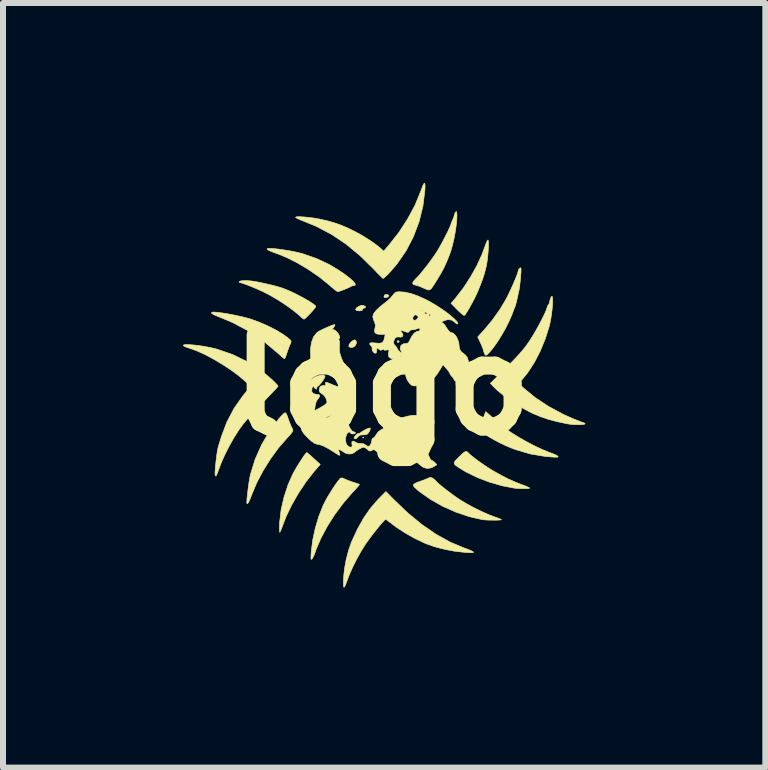
<source format=kicad_pcb>
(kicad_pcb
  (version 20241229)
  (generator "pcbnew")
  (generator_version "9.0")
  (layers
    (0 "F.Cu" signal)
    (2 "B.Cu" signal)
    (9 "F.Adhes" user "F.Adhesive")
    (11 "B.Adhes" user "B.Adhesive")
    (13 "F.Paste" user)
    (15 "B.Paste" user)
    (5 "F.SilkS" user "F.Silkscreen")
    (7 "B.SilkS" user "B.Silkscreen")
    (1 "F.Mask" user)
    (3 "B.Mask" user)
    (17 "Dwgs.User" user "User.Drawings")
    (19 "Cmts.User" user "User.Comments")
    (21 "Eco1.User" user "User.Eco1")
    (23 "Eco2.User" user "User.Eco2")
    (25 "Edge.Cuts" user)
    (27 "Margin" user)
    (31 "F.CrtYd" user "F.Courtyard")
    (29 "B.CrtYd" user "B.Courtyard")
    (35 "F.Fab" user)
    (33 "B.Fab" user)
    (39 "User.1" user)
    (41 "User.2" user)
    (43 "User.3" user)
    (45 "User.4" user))
  (footprint "logo"
    (layer "F.Cu")
    (at 3.316 3.371)
    (property "Reference" "logo" (at 0 0 0) (layer "F.SilkS") (effects (font (size 1.524 1.524) (thickness 0.3))))
    (attr through_hole)
    (fp_poly (pts (xy -0.305 0.872) (xy -0.313 0.881) (xy -0.322 0.872) (xy -0.313 0.864) (xy -0.305 0.872)) (stroke (width 0.01) (type solid)) (fill yes) (layer "F.SilkS"))
    (fp_poly (pts (xy 0.287 -0.732) (xy 0.288 -0.728) (xy 0.275 -0.712) (xy 0.271 -0.711) (xy 0.254 -0.724) (xy 0.254 -0.728) (xy 0.267 -0.745) (xy 0.271 -0.745) (xy 0.287 -0.732)) (stroke (width 0.01) (type solid)) (fill yes) (layer "F.SilkS"))
    (fp_poly (pts (xy 0.103 -1.506) (xy 0.118 -1.49) (xy 0.103 -1.474) (xy 0.102 -1.473) (xy 0.064 -1.458) (xy 0.039 -1.464) (xy 0.034 -1.48) (xy 0.047 -1.506) (xy 0.078 -1.514) (xy 0.103 -1.506)) (stroke (width 0.01) (type solid)) (fill yes) (layer "F.SilkS"))
    (fp_poly (pts (xy -0.447 -0.755) (xy -0.427 -0.732) (xy -0.426 -0.695) (xy -0.446 -0.658) (xy -0.45 -0.653) (xy -0.486 -0.631) (xy -0.524 -0.629) (xy -0.55 -0.646) (xy -0.552 -0.65) (xy -0.547 -0.677) (xy -0.523 -0.711) (xy -0.49 -0.74) (xy -0.458 -0.756) (xy -0.447 -0.755)) (stroke (width 0.01) (type solid)) (fill yes) (layer "F.SilkS"))
    (fp_poly (pts (xy -0.281 -1.316) (xy -0.271 -1.299) (xy -0.286 -1.288) (xy -0.296 -1.287) (xy -0.319 -1.274) (xy -0.322 -1.262) (xy -0.334 -1.244) (xy -0.373 -1.239) (xy -0.381 -1.239) (xy -0.42 -1.245) (xy -0.439 -1.258) (xy -0.44 -1.26) (xy -0.424 -1.289) (xy -0.388 -1.314) (xy -0.345 -1.33) (xy -0.312 -1.331) (xy -0.281 -1.316)) (stroke (width 0.01) (type solid)) (fill yes) (layer "F.SilkS"))
    (fp_poly (pts (xy -0.194 0.715) (xy -0.194 0.735) (xy -0.21 0.771) (xy -0.214 0.778) (xy -0.24 0.812) (xy -0.271 0.826) (xy -0.309 0.827) (xy -0.36 0.831) (xy -0.392 0.852) (xy -0.4 0.861) (xy -0.431 0.893) (xy -0.456 0.893) (xy -0.464 0.883) (xy -0.459 0.863) (xy -0.435 0.833) (xy -0.431 0.829) (xy -0.404 0.807) (xy -0.39 0.802) (xy -0.389 0.804) (xy -0.379 0.806) (xy -0.36 0.793) (xy -0.321 0.766) (xy -0.274 0.74) (xy -0.231 0.721) (xy -0.201 0.713) (xy -0.194 0.715)) (stroke (width 0.01) (type solid)) (fill yes) (layer "F.SilkS"))
    (fp_poly (pts (xy -1.251 1.122) (xy -1.235 1.135) (xy -1.2 1.164) (xy -1.153 1.206) (xy -1.135 1.223) (xy -1.028 1.32) (xy -1.134 1.443) (xy -1.266 1.612) (xy -1.39 1.798) (xy -1.501 1.991) (xy -1.594 2.182) (xy -1.648 2.321) (xy -1.67 2.381) (xy -1.689 2.427) (xy -1.701 2.451) (xy -1.702 2.452) (xy -1.706 2.441) (xy -1.708 2.403) (xy -1.708 2.344) (xy -1.705 2.286) (xy -1.681 2.081) (xy -1.633 1.869) (xy -1.565 1.661) (xy -1.486 1.482) (xy -1.454 1.424) (xy -1.416 1.358) (xy -1.374 1.29) (xy -1.332 1.226) (xy -1.296 1.173) (xy -1.268 1.136) (xy -1.252 1.122) (xy -1.251 1.122)) (stroke (width 0.01) (type solid)) (fill yes) (layer "F.SilkS"))
    (fp_poly (pts (xy 1.774 -2.406) (xy 1.777 -2.364) (xy 1.776 -2.302) (xy 1.771 -2.229) (xy 1.764 -2.149) (xy 1.755 -2.072) (xy 1.744 -2.003) (xy 1.735 -1.964) (xy 1.709 -1.864) (xy 1.679 -1.77) (xy 1.641 -1.669) (xy 1.603 -1.575) (xy 1.576 -1.514) (xy 1.541 -1.442) (xy 1.501 -1.367) (xy 1.461 -1.295) (xy 1.424 -1.232) (xy 1.394 -1.185) (xy 1.375 -1.162) (xy 1.374 -1.162) (xy 1.357 -1.169) (xy 1.323 -1.196) (xy 1.278 -1.237) (xy 1.257 -1.258) (xy 1.153 -1.363) (xy 1.238 -1.465) (xy 1.363 -1.628) (xy 1.48 -1.809) (xy 1.585 -1.997) (xy 1.67 -2.184) (xy 1.722 -2.326) (xy 1.741 -2.377) (xy 1.758 -2.411) (xy 1.768 -2.421) (xy 1.774 -2.406)) (stroke (width 0.01) (type solid)) (fill yes) (layer "F.SilkS"))
    (fp_poly (pts (xy -2.737 -1.215) (xy -2.652 -1.203) (xy -2.552 -1.187) (xy -2.446 -1.166) (xy -2.343 -1.144) (xy -2.251 -1.121) (xy -2.191 -1.104) (xy -2.038 -1.048) (xy -1.888 -0.982) (xy -1.749 -0.91) (xy -1.63 -0.836) (xy -1.56 -0.783) (xy -1.525 -0.752) (xy -1.513 -0.73) (xy -1.519 -0.704) (xy -1.528 -0.685) (xy -1.547 -0.641) (xy -1.569 -0.58) (xy -1.583 -0.538) (xy -1.601 -0.486) (xy -1.616 -0.451) (xy -1.624 -0.441) (xy -1.64 -0.452) (xy -1.675 -0.481) (xy -1.721 -0.522) (xy -1.736 -0.535) (xy -1.973 -0.734) (xy -2.223 -0.903) (xy -2.49 -1.045) (xy -2.722 -1.142) (xy -2.792 -1.171) (xy -2.833 -1.194) (xy -2.842 -1.21) (xy -2.82 -1.218) (xy -2.798 -1.219) (xy -2.737 -1.215)) (stroke (width 0.01) (type solid)) (fill yes) (layer "F.SilkS"))
    (fp_poly (pts (xy -1.597 0.472) (xy -1.579 0.508) (xy -1.575 0.521) (xy -1.548 0.598) (xy -1.517 0.675) (xy -1.488 0.734) (xy -1.483 0.753) (xy -1.492 0.776) (xy -1.517 0.81) (xy -1.562 0.86) (xy -1.579 0.878) (xy -1.72 1.04) (xy -1.855 1.225) (xy -1.979 1.423) (xy -2.086 1.625) (xy -2.169 1.822) (xy -2.177 1.843) (xy -2.203 1.911) (xy -2.226 1.957) (xy -2.242 1.977) (xy -2.251 1.969) (xy -2.252 1.955) (xy -2.249 1.894) (xy -2.24 1.81) (xy -2.229 1.716) (xy -2.216 1.622) (xy -2.202 1.54) (xy -2.192 1.49) (xy -2.114 1.237) (xy -2.005 0.991) (xy -1.868 0.759) (xy -1.719 0.56) (xy -1.676 0.512) (xy -1.64 0.476) (xy -1.617 0.459) (xy -1.614 0.458) (xy -1.597 0.472)) (stroke (width 0.01) (type solid)) (fill yes) (layer "F.SilkS"))
    (fp_poly (pts (xy 1.425 1.112) (xy 1.441 1.128) (xy 1.475 1.161) (xy 1.531 1.206) (xy 1.602 1.26) (xy 1.682 1.316) (xy 1.764 1.371) (xy 1.841 1.42) (xy 1.863 1.432) (xy 1.993 1.505) (xy 2.107 1.563) (xy 2.217 1.612) (xy 2.335 1.659) (xy 2.362 1.668) (xy 2.413 1.688) (xy 2.451 1.706) (xy 2.463 1.713) (xy 2.456 1.719) (xy 2.423 1.723) (xy 2.372 1.724) (xy 2.312 1.723) (xy 2.251 1.72) (xy 2.21 1.716) (xy 2.006 1.677) (xy 1.796 1.617) (xy 1.592 1.539) (xy 1.406 1.448) (xy 1.358 1.42) (xy 1.282 1.373) (xy 1.233 1.34) (xy 1.208 1.314) (xy 1.205 1.289) (xy 1.223 1.26) (xy 1.26 1.221) (xy 1.282 1.199) (xy 1.337 1.145) (xy 1.375 1.114) (xy 1.403 1.104) (xy 1.425 1.112)) (stroke (width 0.01) (type solid)) (fill yes) (layer "F.SilkS"))
    (fp_poly (pts (xy 1.832 0.529) (xy 1.887 0.577) (xy 1.939 0.623) (xy 1.976 0.656) (xy 1.979 0.658) (xy 2.059 0.723) (xy 2.163 0.795) (xy 2.285 0.87) (xy 2.415 0.944) (xy 2.547 1.013) (xy 2.673 1.072) (xy 2.785 1.118) (xy 2.811 1.127) (xy 2.866 1.148) (xy 2.911 1.169) (xy 2.929 1.18) (xy 2.938 1.191) (xy 2.931 1.198) (xy 2.905 1.2) (xy 2.857 1.198) (xy 2.781 1.192) (xy 2.709 1.185) (xy 2.475 1.146) (xy 2.231 1.074) (xy 2.151 1.044) (xy 2.062 1.007) (xy 1.97 0.963) (xy 1.879 0.915) (xy 1.795 0.867) (xy 1.722 0.822) (xy 1.667 0.782) (xy 1.633 0.751) (xy 1.626 0.735) (xy 1.631 0.711) (xy 1.647 0.663) (xy 1.669 0.602) (xy 1.678 0.577) (xy 1.73 0.44) (xy 1.832 0.529)) (stroke (width 0.01) (type solid)) (fill yes) (layer "F.SilkS"))
    (fp_poly (pts (xy -0.651 1.547) (xy -0.639 1.554) (xy -0.613 1.567) (xy -0.565 1.587) (xy -0.505 1.608) (xy -0.5 1.61) (xy -0.441 1.629) (xy -0.397 1.644) (xy -0.375 1.653) (xy -0.375 1.653) (xy -0.383 1.667) (xy -0.41 1.7) (xy -0.452 1.747) (xy -0.5 1.798) (xy -0.649 1.972) (xy -0.788 2.159) (xy -0.911 2.353) (xy -1.015 2.547) (xy -1.095 2.733) (xy -1.11 2.777) (xy -1.131 2.833) (xy -1.153 2.878) (xy -1.165 2.896) (xy -1.176 2.904) (xy -1.182 2.895) (xy -1.183 2.865) (xy -1.18 2.809) (xy -1.177 2.769) (xy -1.153 2.578) (xy -1.11 2.381) (xy -1.053 2.189) (xy -0.983 2.013) (xy -0.944 1.933) (xy -0.904 1.86) (xy -0.857 1.784) (xy -0.81 1.709) (xy -0.764 1.642) (xy -0.725 1.589) (xy -0.696 1.555) (xy -0.686 1.547) (xy -0.651 1.547)) (stroke (width 0.01) (type solid)) (fill yes) (layer "F.SilkS"))
    (fp_poly (pts (xy 0.841 1.546) (xy 0.879 1.575) (xy 0.922 1.619) (xy 0.96 1.654) (xy 1.018 1.702) (xy 1.091 1.759) (xy 1.169 1.817) (xy 1.247 1.873) (xy 1.302 1.91) (xy 1.408 1.974) (xy 1.531 2.041) (xy 1.66 2.104) (xy 1.783 2.159) (xy 1.884 2.197) (xy 1.938 2.216) (xy 1.978 2.233) (xy 1.993 2.241) (xy 1.982 2.245) (xy 1.946 2.248) (xy 1.893 2.25) (xy 1.831 2.249) (xy 1.768 2.248) (xy 1.712 2.245) (xy 1.676 2.241) (xy 1.455 2.191) (xy 1.231 2.115) (xy 1.011 2.017) (xy 0.805 1.9) (xy 0.62 1.769) (xy 0.579 1.734) (xy 0.539 1.697) (xy 0.523 1.67) (xy 0.533 1.649) (xy 0.57 1.627) (xy 0.638 1.602) (xy 0.643 1.6) (xy 0.703 1.579) (xy 0.755 1.557) (xy 0.778 1.547) (xy 0.809 1.537) (xy 0.841 1.546)) (stroke (width 0.01) (type solid)) (fill yes) (layer "F.SilkS"))
    (fp_poly (pts (xy -1.791 -2.276) (xy -1.712 -2.267) (xy -1.623 -2.254) (xy -1.53 -2.239) (xy -1.44 -2.221) (xy -1.359 -2.202) (xy -1.312 -2.189) (xy -1.084 -2.109) (xy -0.878 -2.012) (xy -0.72 -1.917) (xy -0.618 -1.847) (xy -0.538 -1.786) (xy -0.481 -1.735) (xy -0.449 -1.696) (xy -0.443 -1.67) (xy -0.465 -1.66) (xy -0.471 -1.659) (xy -0.503 -1.654) (xy -0.513 -1.649) (xy -0.535 -1.636) (xy -0.578 -1.616) (xy -0.631 -1.594) (xy -0.683 -1.575) (xy -0.722 -1.562) (xy -0.737 -1.559) (xy -0.756 -1.57) (xy -0.794 -1.599) (xy -0.845 -1.641) (xy -0.888 -1.679) (xy -1.043 -1.804) (xy -1.216 -1.923) (xy -1.397 -2.032) (xy -1.576 -2.123) (xy -1.71 -2.179) (xy -1.794 -2.21) (xy -1.852 -2.232) (xy -1.887 -2.248) (xy -1.906 -2.258) (xy -1.913 -2.267) (xy -1.913 -2.272) (xy -1.898 -2.279) (xy -1.855 -2.28) (xy -1.791 -2.276)) (stroke (width 0.01) (type solid)) (fill yes) (layer "F.SilkS"))
    (fp_poly (pts (xy -2.243 -1.743) (xy -2.171 -1.737) (xy -2.099 -1.726) (xy -2.097 -1.726) (xy -1.959 -1.697) (xy -1.849 -1.672) (xy -1.76 -1.649) (xy -1.685 -1.627) (xy -1.668 -1.622) (xy -1.596 -1.595) (xy -1.514 -1.559) (xy -1.427 -1.517) (xy -1.34 -1.472) (xy -1.26 -1.427) (xy -1.19 -1.385) (xy -1.138 -1.35) (xy -1.107 -1.323) (xy -1.102 -1.312) (xy -1.113 -1.293) (xy -1.141 -1.257) (xy -1.18 -1.213) (xy -1.222 -1.169) (xy -1.261 -1.13) (xy -1.289 -1.106) (xy -1.299 -1.101) (xy -1.318 -1.112) (xy -1.352 -1.14) (xy -1.38 -1.166) (xy -1.447 -1.223) (xy -1.536 -1.29) (xy -1.638 -1.361) (xy -1.746 -1.43) (xy -1.851 -1.492) (xy -1.923 -1.53) (xy -2.003 -1.569) (xy -2.09 -1.608) (xy -2.175 -1.644) (xy -2.253 -1.675) (xy -2.316 -1.697) (xy -2.358 -1.709) (xy -2.367 -1.71) (xy -2.381 -1.72) (xy -2.379 -1.727) (xy -2.356 -1.738) (xy -2.307 -1.743) (xy -2.243 -1.743)) (stroke (width 0.01) (type solid)) (fill yes) (layer "F.SilkS"))
    (fp_poly (pts (xy 2.317 -1.953) (xy 2.319 -1.929) (xy 2.318 -1.882) (xy 2.312 -1.812) (xy 2.305 -1.732) (xy 2.297 -1.658) (xy 2.289 -1.599) (xy 2.285 -1.583) (xy 2.263 -1.482) (xy 2.247 -1.409) (xy 2.234 -1.358) (xy 2.224 -1.325) (xy 2.22 -1.312) (xy 2.206 -1.279) (xy 2.186 -1.226) (xy 2.168 -1.177) (xy 2.121 -1.069) (xy 2.063 -0.952) (xy 1.996 -0.835) (xy 1.926 -0.723) (xy 1.857 -0.625) (xy 1.793 -0.548) (xy 1.764 -0.519) (xy 1.738 -0.499) (xy 1.724 -0.502) (xy 1.712 -0.522) (xy 1.697 -0.559) (xy 1.693 -0.579) (xy 1.686 -0.605) (xy 1.668 -0.651) (xy 1.645 -0.703) (xy 1.597 -0.804) (xy 1.712 -0.931) (xy 1.844 -1.09) (xy 1.966 -1.262) (xy 2.062 -1.422) (xy 2.099 -1.492) (xy 2.137 -1.572) (xy 2.176 -1.656) (xy 2.211 -1.737) (xy 2.24 -1.808) (xy 2.261 -1.863) (xy 2.269 -1.895) (xy 2.269 -1.897) (xy 2.281 -1.931) (xy 2.297 -1.949) (xy 2.31 -1.958) (xy 2.317 -1.953)) (stroke (width 0.01) (type solid)) (fill yes) (layer "F.SilkS"))
    (fp_poly (pts (xy 1.248 -2.88) (xy 1.251 -2.837) (xy 1.249 -2.774) (xy 1.242 -2.696) (xy 1.231 -2.61) (xy 1.217 -2.522) (xy 1.202 -2.444) (xy 1.177 -2.338) (xy 1.152 -2.248) (xy 1.122 -2.162) (xy 1.084 -2.068) (xy 1.045 -1.981) (xy 1.022 -1.935) (xy 0.988 -1.873) (xy 0.948 -1.805) (xy 0.906 -1.736) (xy 0.868 -1.675) (xy 0.836 -1.628) (xy 0.817 -1.605) (xy 0.794 -1.589) (xy 0.768 -1.589) (xy 0.728 -1.604) (xy 0.682 -1.624) (xy 0.646 -1.641) (xy 0.643 -1.642) (xy 0.608 -1.655) (xy 0.562 -1.667) (xy 0.523 -1.681) (xy 0.511 -1.703) (xy 0.528 -1.735) (xy 0.569 -1.779) (xy 0.621 -1.833) (xy 0.684 -1.909) (xy 0.754 -1.997) (xy 0.824 -2.091) (xy 0.888 -2.182) (xy 0.917 -2.227) (xy 0.949 -2.281) (xy 0.988 -2.349) (xy 1.028 -2.425) (xy 1.068 -2.502) (xy 1.104 -2.573) (xy 1.131 -2.633) (xy 1.148 -2.673) (xy 1.152 -2.687) (xy 1.159 -2.711) (xy 1.175 -2.746) (xy 1.197 -2.798) (xy 1.21 -2.844) (xy 1.223 -2.88) (xy 1.239 -2.896) (xy 1.24 -2.896) (xy 1.248 -2.88)) (stroke (width 0.01) (type solid)) (fill yes) (layer "F.SilkS"))
    (fp_poly (pts (xy 0.719 -3.338) (xy 0.718 -3.277) (xy 0.717 -3.255) (xy 0.684 -2.987) (xy 0.62 -2.727) (xy 0.526 -2.477) (xy 0.404 -2.242) (xy 0.255 -2.025) (xy 0.125 -1.875) (xy 0.081 -1.83) (xy 0.044 -1.796) (xy 0.023 -1.78) (xy 0.021 -1.779) (xy 0.005 -1.791) (xy -0.029 -1.824) (xy -0.076 -1.871) (xy -0.131 -1.929) (xy -0.135 -1.934) (xy -0.362 -2.157) (xy -0.594 -2.349) (xy -0.834 -2.511) (xy -1.087 -2.645) (xy -1.308 -2.736) (xy -1.368 -2.76) (xy -1.414 -2.782) (xy -1.438 -2.797) (xy -1.439 -2.8) (xy -1.424 -2.807) (xy -1.382 -2.809) (xy -1.319 -2.806) (xy -1.244 -2.8) (xy -1.162 -2.79) (xy -1.081 -2.777) (xy -1.033 -2.768) (xy -0.901 -2.738) (xy -0.787 -2.705) (xy -0.679 -2.667) (xy -0.564 -2.617) (xy -0.474 -2.574) (xy -0.372 -2.52) (xy -0.265 -2.456) (xy -0.162 -2.389) (xy -0.073 -2.324) (xy -0.015 -2.275) (xy 0.029 -2.234) (xy 0.112 -2.33) (xy 0.282 -2.546) (xy 0.431 -2.775) (xy 0.556 -3.009) (xy 0.651 -3.243) (xy 0.654 -3.251) (xy 0.68 -3.323) (xy 0.7 -3.361) (xy 0.713 -3.366) (xy 0.719 -3.338)) (stroke (width 0.01) (type solid)) (fill yes) (layer "F.SilkS"))
    (fp_poly (pts (xy 0.19 1.898) (xy 0.429 2.127) (xy 0.667 2.323) (xy 0.903 2.485) (xy 1.138 2.616) (xy 1.373 2.714) (xy 1.389 2.719) (xy 1.446 2.74) (xy 1.495 2.762) (xy 1.516 2.774) (xy 1.527 2.784) (xy 1.522 2.79) (xy 1.495 2.792) (xy 1.443 2.79) (xy 1.38 2.786) (xy 1.217 2.768) (xy 1.048 2.736) (xy 0.884 2.694) (xy 0.739 2.643) (xy 0.711 2.631) (xy 0.541 2.55) (xy 0.379 2.458) (xy 0.235 2.363) (xy 0.177 2.319) (xy 0.126 2.28) (xy 0.086 2.25) (xy 0.064 2.236) (xy 0.062 2.235) (xy 0.045 2.248) (xy 0.012 2.283) (xy -0.033 2.335) (xy -0.086 2.4) (xy -0.142 2.471) (xy -0.197 2.544) (xy -0.248 2.613) (xy -0.281 2.661) (xy -0.352 2.776) (xy -0.424 2.906) (xy -0.491 3.04) (xy -0.547 3.168) (xy -0.586 3.272) (xy -0.605 3.324) (xy -0.623 3.359) (xy -0.633 3.37) (xy -0.639 3.354) (xy -0.642 3.311) (xy -0.641 3.248) (xy -0.639 3.205) (xy -0.623 3.055) (xy -0.594 2.898) (xy -0.554 2.747) (xy -0.508 2.616) (xy -0.508 2.616) (xy -0.409 2.401) (xy -0.305 2.215) (xy -0.193 2.053) (xy -0.07 1.911) (xy -0.059 1.899) (xy 0.067 1.772) (xy 0.19 1.898)) (stroke (width 0.01) (type solid)) (fill yes) (layer "F.SilkS"))
    (fp_poly (pts (xy -0.784 -1.009) (xy -0.786 -0.991) (xy -0.804 -0.965) (xy -0.823 -0.937) (xy -0.824 -0.92) (xy -0.813 -0.918) (xy -0.813 -0.921) (xy -0.803 -0.928) (xy -0.78 -0.915) (xy -0.752 -0.89) (xy -0.726 -0.857) (xy -0.718 -0.844) (xy -0.702 -0.804) (xy -0.706 -0.783) (xy -0.711 -0.779) (xy -0.721 -0.762) (xy -0.716 -0.756) (xy -0.708 -0.735) (xy -0.706 -0.692) (xy -0.708 -0.651) (xy -0.709 -0.59) (xy -0.701 -0.534) (xy -0.68 -0.468) (xy -0.668 -0.437) (xy -0.619 -0.318) (xy -0.659 -0.286) (xy -0.72 -0.248) (xy -0.77 -0.243) (xy -0.811 -0.269) (xy -0.816 -0.276) (xy -0.847 -0.306) (xy -0.873 -0.311) (xy -0.894 -0.314) (xy -0.897 -0.328) (xy -0.91 -0.34) (xy -0.944 -0.334) (xy -0.995 -0.313) (xy -1.056 -0.279) (xy -1.122 -0.235) (xy -1.154 -0.211) (xy -1.211 -0.167) (xy -1.246 -0.144) (xy -1.264 -0.137) (xy -1.27 -0.145) (xy -1.27 -0.148) (xy -1.264 -0.169) (xy -1.249 -0.213) (xy -1.229 -0.271) (xy -1.226 -0.279) (xy -1.203 -0.352) (xy -1.19 -0.417) (xy -1.187 -0.457) (xy -1.191 -0.596) (xy -1.174 -0.714) (xy -1.139 -0.807) (xy -1.085 -0.875) (xy -1.049 -0.9) (xy -0.98 -0.935) (xy -0.912 -0.966) (xy -0.852 -0.991) (xy -0.807 -1.007) (xy -0.785 -1.01) (xy -0.784 -1.009)) (stroke (width 0.01) (type solid)) (fill yes) (layer "F.SilkS"))
    (fp_poly (pts (xy 2.844 -1.458) (xy 2.846 -1.414) (xy 2.845 -1.354) (xy 2.839 -1.283) (xy 2.83 -1.204) (xy 2.818 -1.123) (xy 2.803 -1.043) (xy 2.789 -0.982) (xy 2.722 -0.77) (xy 2.638 -0.566) (xy 2.54 -0.377) (xy 2.431 -0.21) (xy 2.343 -0.101) (xy 2.278 -0.03) (xy 2.37 0.055) (xy 2.56 0.21) (xy 2.778 0.354) (xy 3.018 0.483) (xy 3.142 0.539) (xy 3.22 0.572) (xy 3.288 0.599) (xy 3.338 0.618) (xy 3.365 0.626) (xy 3.367 0.627) (xy 3.386 0.638) (xy 3.387 0.643) (xy 3.371 0.652) (xy 3.331 0.657) (xy 3.273 0.658) (xy 3.207 0.656) (xy 3.141 0.651) (xy 3.09 0.643) (xy 2.921 0.608) (xy 2.776 0.569) (xy 2.643 0.524) (xy 2.514 0.47) (xy 2.451 0.439) (xy 2.309 0.362) (xy 2.168 0.273) (xy 2.037 0.179) (xy 1.923 0.085) (xy 1.856 0.02) (xy 1.808 -0.031) (xy 2.078 -0.299) (xy 2.188 -0.41) (xy 2.276 -0.504) (xy 2.348 -0.586) (xy 2.408 -0.662) (xy 2.46 -0.737) (xy 2.513 -0.821) (xy 2.569 -0.916) (xy 2.623 -1.014) (xy 2.672 -1.108) (xy 2.713 -1.191) (xy 2.741 -1.258) (xy 2.752 -1.291) (xy 2.766 -1.329) (xy 2.779 -1.347) (xy 2.793 -1.371) (xy 2.794 -1.38) (xy 2.8 -1.412) (xy 2.812 -1.451) (xy 2.827 -1.481) (xy 2.838 -1.482) (xy 2.844 -1.458)) (stroke (width 0.01) (type solid)) (fill yes) (layer "F.SilkS"))
    (fp_poly (pts (xy -3.212 -0.676) (xy -3.139 -0.671) (xy -3.053 -0.661) (xy -2.962 -0.647) (xy -2.87 -0.63) (xy -2.782 -0.61) (xy -2.75 -0.601) (xy -2.491 -0.512) (xy -2.244 -0.392) (xy -2.071 -0.284) (xy -2.007 -0.238) (xy -1.94 -0.185) (xy -1.875 -0.13) (xy -1.816 -0.078) (xy -1.769 -0.032) (xy -1.739 0.002) (xy -1.731 0.019) (xy -1.744 0.034) (xy -1.777 0.07) (xy -1.827 0.123) (xy -1.891 0.19) (xy -1.964 0.266) (xy -2.007 0.309) (xy -2.132 0.439) (xy -2.234 0.553) (xy -2.317 0.653) (xy -2.383 0.743) (xy -2.39 0.754) (xy -2.471 0.882) (xy -2.549 1.021) (xy -2.619 1.16) (xy -2.677 1.289) (xy -2.708 1.371) (xy -2.735 1.446) (xy -2.753 1.492) (xy -2.766 1.513) (xy -2.775 1.511) (xy -2.78 1.496) (xy -2.782 1.465) (xy -2.779 1.409) (xy -2.773 1.336) (xy -2.764 1.256) (xy -2.754 1.175) (xy -2.744 1.103) (xy -2.733 1.047) (xy -2.728 1.028) (xy -2.715 0.984) (xy -2.695 0.921) (xy -2.675 0.855) (xy -2.584 0.613) (xy -2.464 0.385) (xy -2.318 0.177) (xy -2.275 0.125) (xy -2.186 0.022) (xy -2.266 -0.054) (xy -2.374 -0.148) (xy -2.504 -0.245) (xy -2.647 -0.34) (xy -2.797 -0.43) (xy -2.945 -0.509) (xy -3.084 -0.572) (xy -3.208 -0.617) (xy -3.211 -0.618) (xy -3.263 -0.635) (xy -3.3 -0.652) (xy -3.311 -0.661) (xy -3.304 -0.672) (xy -3.269 -0.677) (xy -3.212 -0.676)) (stroke (width 0.01) (type solid)) (fill yes) (layer "F.SilkS"))
    (fp_poly (pts (xy 0.382 -1.551) (xy 0.484 -1.528) (xy 0.598 -1.488) (xy 0.725 -1.431) (xy 0.811 -1.386) (xy 0.9 -1.333) (xy 0.988 -1.276) (xy 1.071 -1.218) (xy 1.144 -1.161) (xy 1.203 -1.11) (xy 1.245 -1.067) (xy 1.265 -1.035) (xy 1.263 -1.02) (xy 1.245 -1.023) (xy 1.219 -1.046) (xy 1.168 -1.084) (xy 1.104 -1.095) (xy 1.037 -1.077) (xy 1.035 -1.076) (xy 1 -1.056) (xy 0.982 -1.041) (xy 0.987 -1.037) (xy 1.003 -1.042) (xy 1.023 -1.033) (xy 1.051 -0.999) (xy 1.072 -0.965) (xy 1.107 -0.913) (xy 1.137 -0.884) (xy 1.149 -0.881) (xy 1.192 -0.865) (xy 1.231 -0.824) (xy 1.263 -0.765) (xy 1.283 -0.696) (xy 1.287 -0.651) (xy 1.296 -0.599) (xy 1.327 -0.554) (xy 1.385 -0.509) (xy 1.387 -0.507) (xy 1.42 -0.469) (xy 1.432 -0.433) (xy 1.446 -0.384) (xy 1.471 -0.338) (xy 1.498 -0.287) (xy 1.517 -0.221) (xy 1.528 -0.149) (xy 1.531 -0.078) (xy 1.525 -0.017) (xy 1.51 0.028) (xy 1.487 0.047) (xy 1.457 0.043) (xy 1.448 0.035) (xy 1.424 0.019) (xy 1.409 0.017) (xy 1.376 0.009) (xy 1.329 -0.01) (xy 1.279 -0.035) (xy 1.235 -0.062) (xy 1.207 -0.084) (xy 1.202 -0.093) (xy 1.191 -0.119) (xy 1.168 -0.144) (xy 1.143 -0.173) (xy 1.134 -0.193) (xy 1.123 -0.216) (xy 1.096 -0.253) (xy 1.075 -0.277) (xy 1.018 -0.343) (xy 0.97 -0.261) (xy 0.915 -0.178) (xy 0.855 -0.106) (xy 0.796 -0.052) (xy 0.744 -0.021) (xy 0.739 -0.019) (xy 0.69 -0.008) (xy 0.627 0.004) (xy 0.597 0.008) (xy 0.543 0.012) (xy 0.509 0.008) (xy 0.482 -0.011) (xy 0.458 -0.035) (xy 0.422 -0.087) (xy 0.4 -0.147) (xy 0.391 -0.226) (xy 0.392 -0.293) (xy 0.39 -0.359) (xy 0.376 -0.407) (xy 0.355 -0.441) (xy 0.329 -0.475) (xy 0.313 -0.484) (xy 0.298 -0.471) (xy 0.293 -0.465) (xy 0.262 -0.442) (xy 0.209 -0.438) (xy 0.208 -0.438) (xy 0.148 -0.448) (xy 0.116 -0.471) (xy 0.109 -0.512) (xy 0.112 -0.538) (xy 0.118 -0.577) (xy 0.111 -0.591) (xy 0.086 -0.588) (xy 0.079 -0.586) (xy 0.043 -0.583) (xy 0.034 -0.594) (xy 0.026 -0.604) (xy 0.008 -0.592) (xy -0.016 -0.581) (xy -0.043 -0.594) (xy -0.051 -0.601) (xy -0.075 -0.621) (xy -0.084 -0.614) (xy -0.085 -0.588) (xy -0.09 -0.551) (xy -0.1 -0.534) (xy -0.124 -0.536) (xy -0.148 -0.559) (xy -0.163 -0.591) (xy -0.163 -0.613) (xy -0.167 -0.644) (xy -0.179 -0.655) (xy -0.201 -0.677) (xy -0.203 -0.689) (xy -0.197 -0.703) (xy -0.176 -0.708) (xy -0.13 -0.706) (xy -0.105 -0.703) (xy -0.038 -0.699) (xy 0.003 -0.709) (xy 0.025 -0.733) (xy 0.196 -0.733) (xy 0.197 -0.692) (xy 0.219 -0.661) (xy 0.244 -0.633) (xy 0.254 -0.615) (xy 0.266 -0.592) (xy 0.292 -0.563) (xy 0.32 -0.544) (xy 0.328 -0.542) (xy 0.334 -0.55) (xy 0.325 -0.562) (xy 0.308 -0.595) (xy 0.305 -0.618) (xy 0.318 -0.664) (xy 0.358 -0.69) (xy 0.394 -0.694) (xy 0.428 -0.7) (xy 0.452 -0.724) (xy 0.468 -0.758) (xy 0.502 -0.822) (xy 0.541 -0.87) (xy 0.58 -0.895) (xy 0.593 -0.897) (xy 0.628 -0.906) (xy 0.635 -0.932) (xy 0.633 -0.94) (xy 0.621 -0.953) (xy 0.596 -0.947) (xy 0.579 -0.938) (xy 0.537 -0.924) (xy 0.505 -0.924) (xy 0.474 -0.918) (xy 0.46 -0.903) (xy 0.444 -0.884) (xy 0.421 -0.882) (xy 0.385 -0.894) (xy 0.335 -0.91) (xy 0.313 -0.912) (xy 0.316 -0.898) (xy 0.33 -0.881) (xy 0.352 -0.842) (xy 0.345 -0.813) (xy 0.314 -0.801) (xy 0.291 -0.804) (xy 0.246 -0.804) (xy 0.216 -0.78) (xy 0.196 -0.733) (xy 0.025 -0.733) (xy 0.028 -0.737) (xy 0.043 -0.789) (xy 0.044 -0.793) (xy 0.055 -0.847) (xy -0.022 -0.847) (xy -0.085 -0.854) (xy -0.118 -0.878) (xy -0.123 -0.919) (xy -0.115 -0.952) (xy -0.107 -0.999) (xy -0.122 -1.05) (xy -0.125 -1.057) (xy -0.144 -1.105) (xy -0.148 -1.124) (xy 0.514 -1.124) (xy 0.52 -1.09) (xy 0.544 -1.079) (xy 0.577 -1.095) (xy 0.583 -1.1) (xy 0.604 -1.128) (xy 0.6 -1.151) (xy 0.594 -1.159) (xy 0.575 -1.168) (xy 0.779 -1.168) (xy 0.792 -1.152) (xy 0.796 -1.151) (xy 0.812 -1.164) (xy 0.813 -1.168) (xy 0.8 -1.185) (xy 0.796 -1.185) (xy 0.779 -1.172) (xy 0.779 -1.168) (xy 0.575 -1.168) (xy 0.564 -1.174) (xy 0.534 -1.163) (xy 0.516 -1.13) (xy 0.514 -1.124) (xy -0.148 -1.124) (xy -0.152 -1.145) (xy -0.152 -1.148) (xy -0.138 -1.193) (xy -0.13 -1.202) (xy 0.711 -1.202) (xy 0.725 -1.187) (xy 0.738 -1.185) (xy 0.755 -1.194) (xy 0.754 -1.202) (xy 0.732 -1.219) (xy 0.727 -1.219) (xy 0.712 -1.206) (xy 0.711 -1.202) (xy -0.13 -1.202) (xy -0.098 -1.245) (xy 0.66 -1.245) (xy 0.669 -1.236) (xy 0.677 -1.245) (xy 0.669 -1.253) (xy 0.66 -1.245) (xy -0.098 -1.245) (xy -0.095 -1.248) (xy -0.028 -1.311) (xy 0.039 -1.364) (xy 0.096 -1.41) (xy 0.148 -1.459) (xy 0.18 -1.498) (xy 0.212 -1.537) (xy 0.245 -1.554) (xy 0.286 -1.558) (xy 0.382 -1.551)) (stroke (width 0.01) (type solid)) (fill yes) (layer "F.SilkS"))
    (fp_poly (pts (xy -1.278 -0.267) (xy -1.279 -0.249) (xy -1.287 -0.207) (xy -1.301 -0.149) (xy -1.304 -0.135) (xy -1.32 -0.073) (xy -1.332 -0.024) (xy -1.337 0.002) (xy -1.337 0.004) (xy -1.329 0.017) (xy -1.301 0.004) (xy -1.252 -0.033) (xy -1.234 -0.048) (xy -1.182 -0.09) (xy -1.131 -0.127) (xy -1.106 -0.141) (xy -1.056 -0.16) (xy -1.006 -0.169) (xy -0.967 -0.166) (xy -0.949 -0.151) (xy -0.948 -0.147) (xy -0.958 -0.121) (xy -0.981 -0.082) (xy -1.012 -0.04) (xy -1.042 -0.004) (xy -1.064 0.016) (xy -1.068 0.017) (xy -1.082 0.031) (xy -1.084 0.042) (xy -1.091 0.066) (xy -1.11 0.058) (xy -1.127 0.038) (xy -1.144 0.02) (xy -1.156 0.029) (xy -1.165 0.051) (xy -1.171 0.101) (xy -1.148 0.136) (xy -1.099 0.152) (xy -1.088 0.152) (xy -1.046 0.159) (xy -1.035 0.179) (xy -1.054 0.214) (xy -1.069 0.231) (xy -1.096 0.277) (xy -1.113 0.341) (xy -1.113 0.347) (xy -1.122 0.425) (xy -1.019 0.369) (xy -0.955 0.33) (xy -0.92 0.298) (xy -0.915 0.283) (xy -0.925 0.235) (xy -0.951 0.187) (xy -0.984 0.152) (xy -0.999 0.144) (xy -1.033 0.12) (xy -1.046 0.083) (xy -1.04 0.045) (xy -1.018 0.015) (xy -0.981 0.004) (xy -0.97 0.005) (xy -0.942 0.006) (xy -0.938 -0.011) (xy -0.941 -0.019) (xy -0.944 -0.041) (xy -0.934 -0.048) (xy -0.905 -0.042) (xy -0.853 -0.021) (xy -0.823 -0.008) (xy -0.765 0.014) (xy -0.713 0.03) (xy -0.686 0.034) (xy -0.651 0.039) (xy -0.636 0.049) (xy -0.615 0.062) (xy -0.576 0.074) (xy -0.536 0.09) (xy -0.528 0.113) (xy -0.553 0.138) (xy -0.572 0.149) (xy -0.607 0.161) (xy -0.628 0.154) (xy -0.639 0.141) (xy -0.655 0.122) (xy -0.66 0.133) (xy -0.66 0.146) (xy -0.67 0.185) (xy -0.681 0.201) (xy -0.69 0.223) (xy -0.675 0.239) (xy -0.646 0.243) (xy -0.623 0.235) (xy -0.601 0.229) (xy -0.593 0.245) (xy -0.593 0.267) (xy -0.602 0.316) (xy -0.617 0.35) (xy -0.633 0.379) (xy -0.633 0.394) (xy -0.633 0.414) (xy -0.644 0.44) (xy -0.654 0.472) (xy -0.641 0.501) (xy -0.63 0.514) (xy -0.605 0.551) (xy -0.579 0.606) (xy -0.568 0.635) (xy -0.535 0.712) (xy -0.5 0.761) (xy -0.465 0.779) (xy -0.463 0.779) (xy -0.442 0.789) (xy -0.44 0.796) (xy -0.455 0.809) (xy -0.483 0.813) (xy -0.514 0.807) (xy -0.525 0.796) (xy -0.534 0.779) (xy -0.556 0.783) (xy -0.58 0.805) (xy -0.59 0.822) (xy -0.607 0.884) (xy -0.604 0.944) (xy -0.585 0.994) (xy -0.551 1.026) (xy -0.523 1.033) (xy -0.5 1.028) (xy -0.495 1.007) (xy -0.5 0.982) (xy -0.501 0.943) (xy -0.482 0.931) (xy -0.445 0.946) (xy -0.431 0.956) (xy -0.387 0.972) (xy -0.358 0.97) (xy -0.309 0.975) (xy -0.271 0.996) (xy -0.238 1.018) (xy -0.218 1.021) (xy -0.199 1.004) (xy -0.197 1.001) (xy -0.175 0.961) (xy -0.169 0.926) (xy -0.162 0.891) (xy -0.146 0.881) (xy -0.124 0.867) (xy -0.1 0.832) (xy -0.095 0.823) (xy -0.061 0.776) (xy -0.018 0.746) (xy 0.028 0.719) (xy 0.062 0.691) (xy 0.123 0.64) (xy 0.209 0.592) (xy 0.311 0.55) (xy 0.42 0.518) (xy 0.51 0.502) (xy 0.578 0.503) (xy 0.621 0.525) (xy 0.638 0.566) (xy 0.634 0.601) (xy 0.631 0.647) (xy 0.641 0.703) (xy 0.644 0.714) (xy 0.657 0.769) (xy 0.652 0.805) (xy 0.649 0.811) (xy 0.641 0.837) (xy 0.656 0.868) (xy 0.671 0.887) (xy 0.695 0.921) (xy 0.704 0.945) (xy 0.703 0.948) (xy 0.7 0.961) (xy 0.705 0.984) (xy 0.719 1.025) (xy 0.745 1.09) (xy 0.746 1.092) (xy 0.762 1.13) (xy 0.782 1.18) (xy 0.786 1.19) (xy 0.806 1.23) (xy 0.824 1.252) (xy 0.829 1.253) (xy 0.849 1.262) (xy 0.877 1.284) (xy 0.902 1.308) (xy 0.913 1.326) (xy 0.912 1.328) (xy 0.832 1.374) (xy 0.761 1.389) (xy 0.695 1.371) (xy 0.677 1.36) (xy 0.64 1.332) (xy 0.592 1.293) (xy 0.563 1.267) (xy 0.533 1.239) (xy 0.508 1.22) (xy 0.483 1.207) (xy 0.451 1.2) (xy 0.405 1.196) (xy 0.337 1.195) (xy 0.262 1.194) (xy 0.144 1.188) (xy 0.053 1.175) (xy -0.018 1.151) (xy -0.075 1.116) (xy -0.095 1.099) (xy -0.126 1.076) (xy -0.151 1.077) (xy -0.167 1.086) (xy -0.195 1.098) (xy -0.221 1.089) (xy -0.242 1.07) (xy -0.276 1.044) (xy -0.303 1.033) (xy -0.303 1.033) (xy -0.337 1.043) (xy -0.384 1.067) (xy -0.433 1.099) (xy -0.462 1.124) (xy -0.505 1.144) (xy -0.561 1.146) (xy -0.616 1.129) (xy -0.641 1.112) (xy -0.68 1.087) (xy -0.7 1.078) (xy -0.723 1.074) (xy -0.721 1.093) (xy -0.72 1.096) (xy -0.702 1.143) (xy -0.7 1.166) (xy -0.717 1.166) (xy -0.756 1.143) (xy -0.791 1.12) (xy -0.887 1.059) (xy -0.974 1.014) (xy -1.046 0.988) (xy -1.084 0.983) (xy -1.125 0.968) (xy -1.184 0.925) (xy -1.224 0.889) (xy -1.29 0.821) (xy -1.33 0.765) (xy -1.347 0.716) (xy -1.343 0.669) (xy -1.339 0.658) (xy -1.332 0.624) (xy -1.337 0.61) (xy -1.337 0.61) (xy -1.347 0.601) (xy -0.864 0.601) (xy -0.855 0.61) (xy -0.847 0.601) (xy -0.855 0.593) (xy -0.864 0.601) (xy -1.347 0.601) (xy -1.354 0.596) (xy -1.361 0.58) (xy -0.965 0.58) (xy -0.955 0.583) (xy -0.93 0.566) (xy -0.927 0.563) (xy -0.888 0.535) (xy -0.855 0.52) (xy -0.831 0.514) (xy -0.84 0.511) (xy -0.856 0.51) (xy -0.894 0.518) (xy -0.933 0.539) (xy -0.96 0.566) (xy -0.965 0.58) (xy -1.361 0.58) (xy -1.363 0.575) (xy -1.361 0.531) (xy -1.33 0.493) (xy -1.291 0.473) (xy -1.257 0.451) (xy -1.242 0.431) (xy -1.245 0.4) (xy -1.268 0.366) (xy -1.299 0.342) (xy -1.315 0.339) (xy -1.331 0.327) (xy -1.328 0.296) (xy -1.325 0.264) (xy -1.335 0.254) (xy -1.354 0.24) (xy -1.363 0.221) (xy -1.381 0.198) (xy -1.397 0.197) (xy -1.419 0.19) (xy -1.443 0.16) (xy -1.463 0.116) (xy -1.473 0.07) (xy -1.473 0.062) (xy -1.467 0.018) (xy -1.451 -0.033) (xy -1.449 -0.038) (xy -1.43 -0.074) (xy -1.4 -0.12) (xy -1.365 -0.17) (xy -1.329 -0.217) (xy -1.3 -0.251) (xy -1.281 -0.268) (xy -1.278 -0.267)) (stroke (width 0.01) (type solid)) (fill yes) (layer "F.SilkS")))
  (gr_rect
    (start -3 -3)
    (end 9.707 9.745)
    (stroke (width 0.1) (type default))
    (fill no)
    (layer "Edge.Cuts")))
</source>
